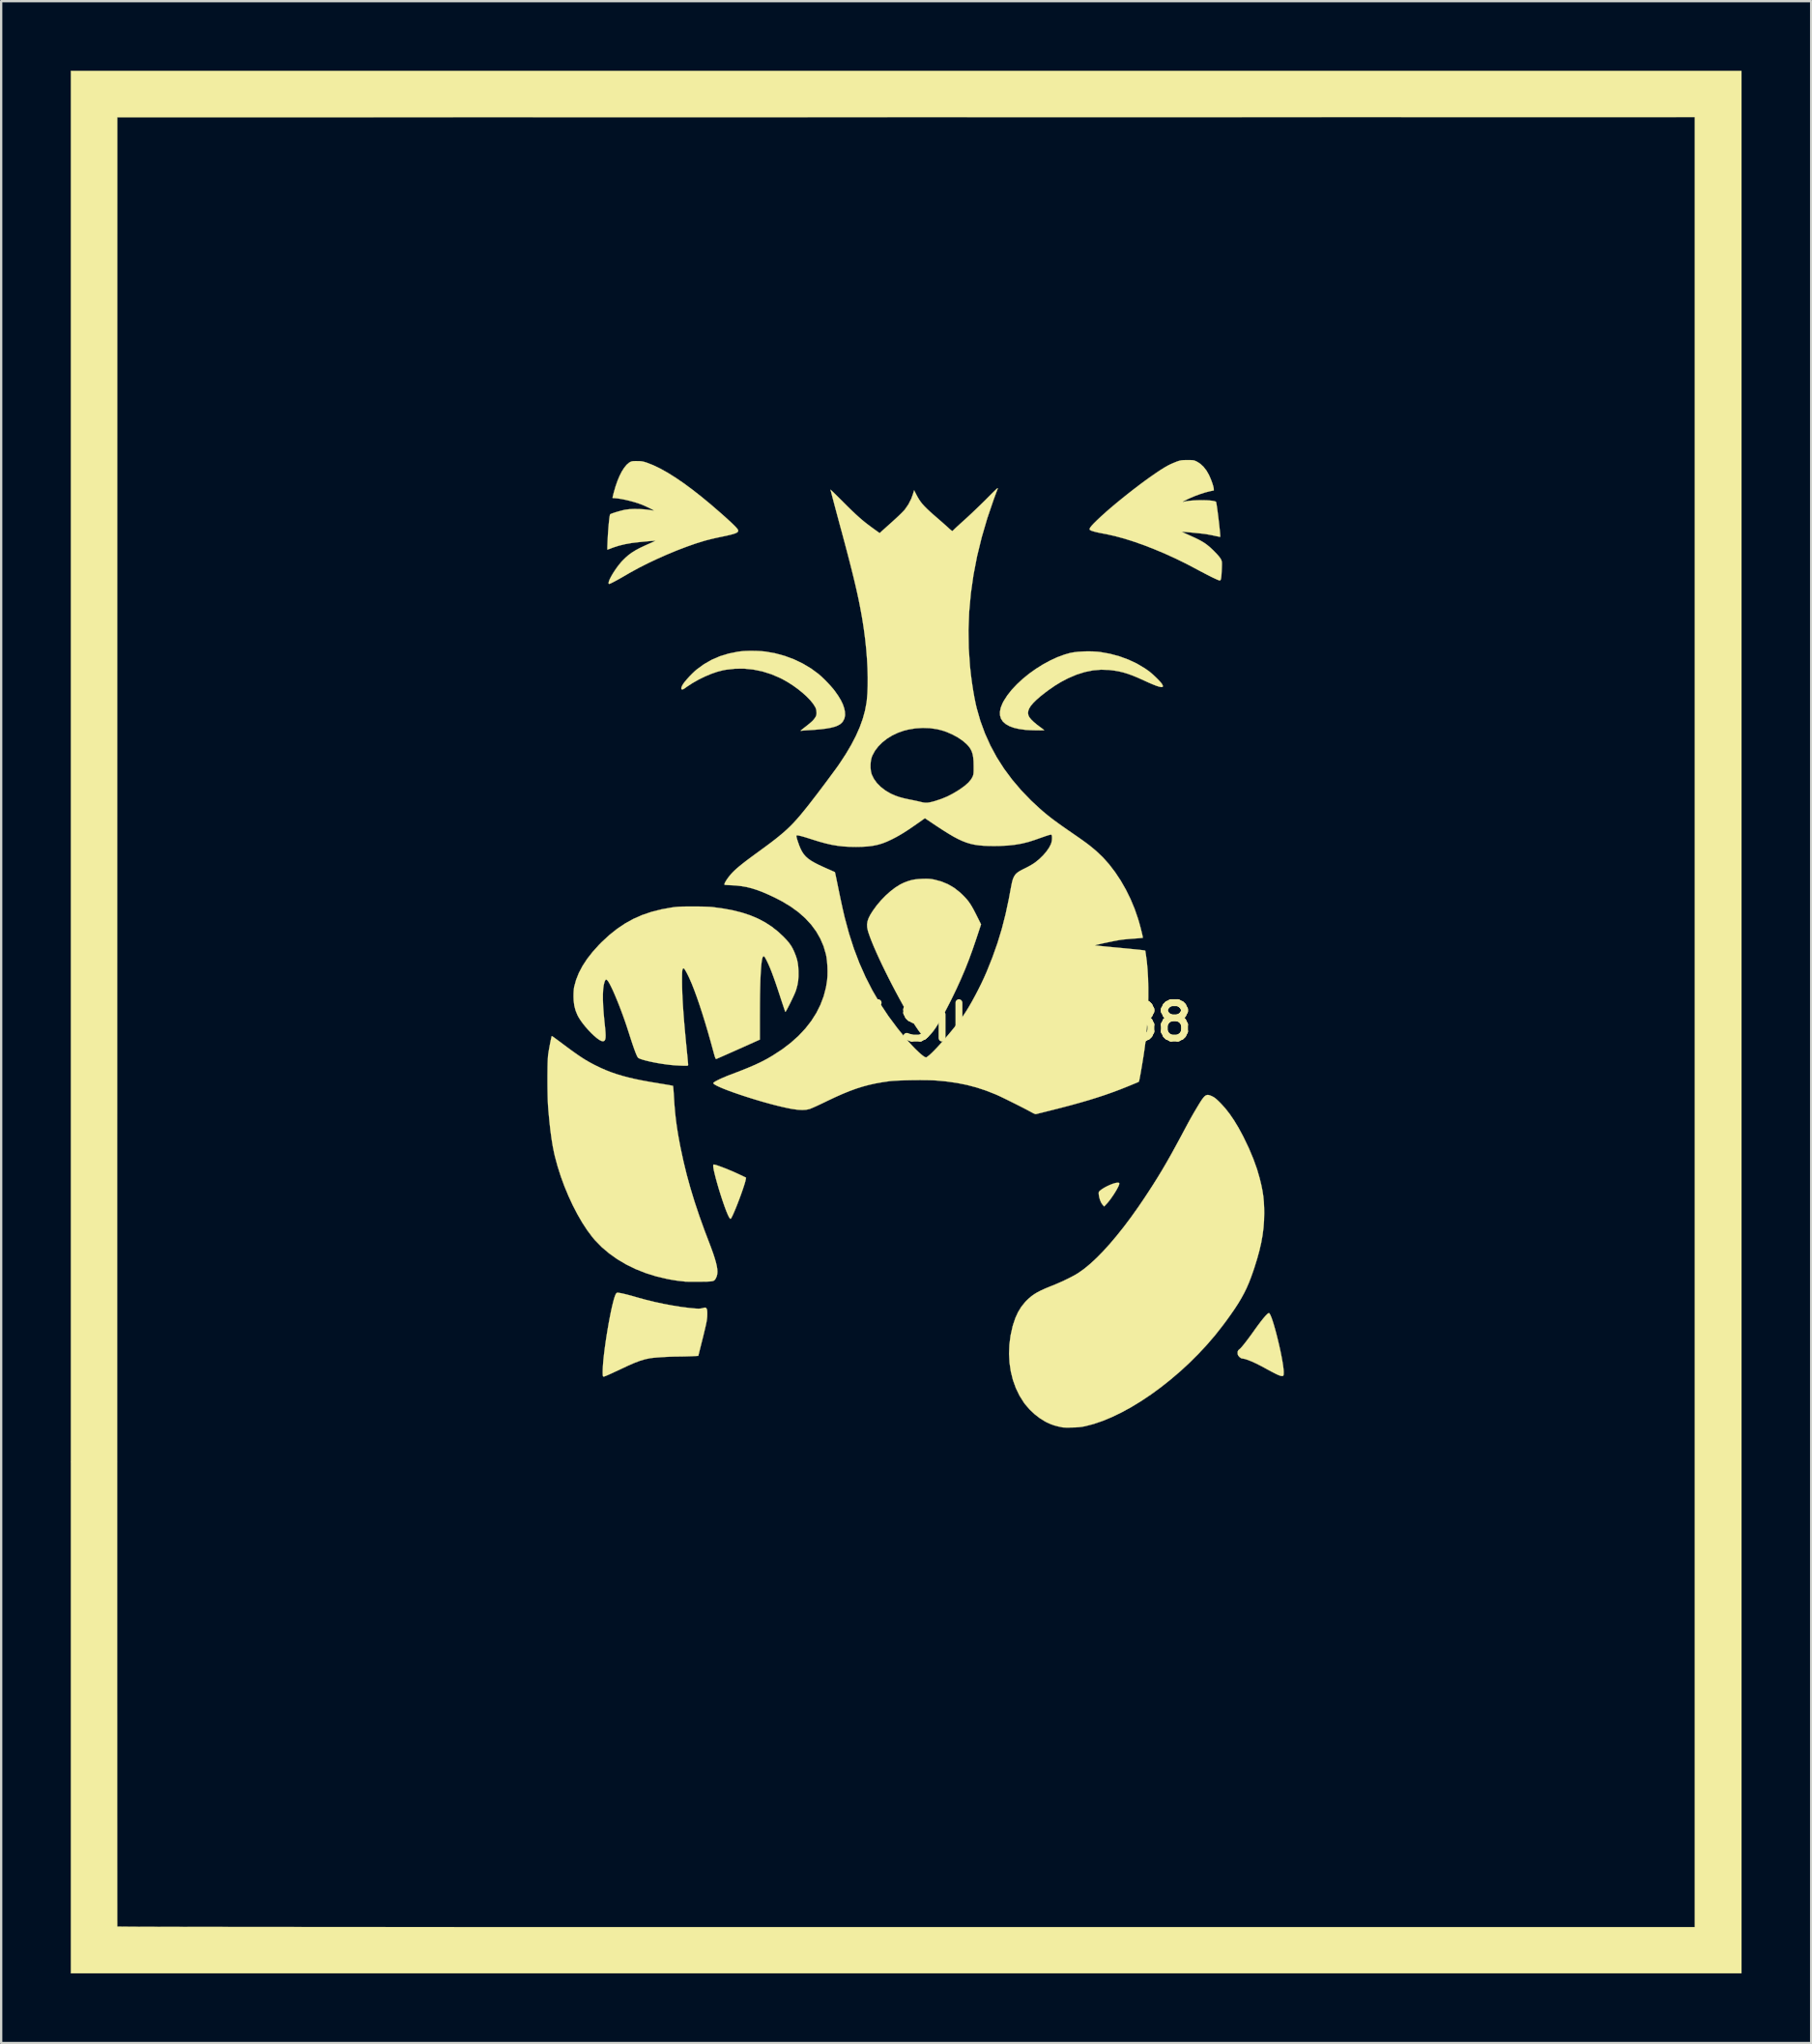
<source format=kicad_pcb>
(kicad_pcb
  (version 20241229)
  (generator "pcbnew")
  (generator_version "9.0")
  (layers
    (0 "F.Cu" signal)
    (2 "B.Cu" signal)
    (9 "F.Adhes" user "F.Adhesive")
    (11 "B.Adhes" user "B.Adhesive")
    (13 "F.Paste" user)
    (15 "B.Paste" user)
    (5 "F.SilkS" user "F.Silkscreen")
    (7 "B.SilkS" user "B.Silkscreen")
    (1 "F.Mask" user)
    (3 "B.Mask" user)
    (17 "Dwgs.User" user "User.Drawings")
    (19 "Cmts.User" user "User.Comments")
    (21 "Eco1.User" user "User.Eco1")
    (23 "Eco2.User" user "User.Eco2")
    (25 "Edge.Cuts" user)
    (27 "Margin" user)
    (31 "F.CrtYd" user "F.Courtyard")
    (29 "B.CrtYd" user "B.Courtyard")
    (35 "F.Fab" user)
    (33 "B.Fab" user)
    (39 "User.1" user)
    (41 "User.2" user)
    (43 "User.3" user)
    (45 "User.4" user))
  (footprint "F.Silk_g1088"
    (layer "F.Cu")
    (at 41.005 41.005)
    (property "Reference" "F.Silk_g1088" (at 0 0 0) (layer "F.SilkS") (effects (font (size 1.524 1.524) (thickness 0.3))))
    (attr through_hole)
    (fp_poly (pts (xy 4.164 6.925) (xy 4.187 6.941) (xy 4.191 6.969) (xy 4.178 7.022) (xy 4.144 7.101) (xy 4.091 7.2) (xy 4.026 7.312) (xy 3.951 7.431) (xy 3.87 7.55) (xy 3.789 7.662) (xy 3.711 7.761) (xy 3.659 7.82) (xy 3.54 7.947) (xy 3.477 7.88) (xy 3.418 7.797) (xy 3.367 7.684) (xy 3.328 7.558) (xy 3.309 7.448) (xy 3.303 7.377) (xy 3.307 7.333) (xy 3.326 7.3) (xy 3.36 7.266) (xy 3.443 7.201) (xy 3.551 7.134) (xy 3.675 7.069) (xy 3.803 7.011) (xy 3.926 6.964) (xy 4.034 6.933) (xy 4.112 6.922) (xy 4.164 6.925)) (stroke (width 0.01) (type solid)) (fill yes) (layer "F.SilkS"))
    (fp_poly (pts (xy -13.239 6.147) (xy -13.159 6.17) (xy -13.053 6.207) (xy -12.926 6.254) (xy -12.785 6.308) (xy -12.636 6.369) (xy -12.484 6.433) (xy -12.336 6.498) (xy -12.198 6.562) (xy -12.176 6.572) (xy -11.896 6.707) (xy -11.909 6.777) (xy -11.928 6.861) (xy -11.959 6.971) (xy -12.001 7.102) (xy -12.05 7.248) (xy -12.105 7.406) (xy -12.165 7.569) (xy -12.227 7.733) (xy -12.289 7.893) (xy -12.35 8.044) (xy -12.407 8.18) (xy -12.459 8.297) (xy -12.503 8.389) (xy -12.538 8.453) (xy -12.561 8.481) (xy -12.564 8.482) (xy -12.587 8.469) (xy -12.618 8.43) (xy -12.631 8.409) (xy -12.679 8.312) (xy -12.735 8.18) (xy -12.797 8.018) (xy -12.864 7.832) (xy -12.933 7.628) (xy -13.003 7.411) (xy -13.072 7.188) (xy -13.137 6.963) (xy -13.198 6.744) (xy -13.249 6.541) (xy -13.284 6.391) (xy -13.305 6.279) (xy -13.312 6.201) (xy -13.307 6.155) (xy -13.288 6.138) (xy -13.286 6.138) (xy -13.239 6.147)) (stroke (width 0.01) (type solid)) (fill yes) (layer "F.SilkS"))
    (fp_poly (pts (xy 10.65 12.543) (xy 10.68 12.58) (xy 10.717 12.654) (xy 10.76 12.761) (xy 10.806 12.896) (xy 10.855 13.054) (xy 10.906 13.232) (xy 10.958 13.424) (xy 11.009 13.626) (xy 11.059 13.833) (xy 11.107 14.042) (xy 11.151 14.246) (xy 11.19 14.443) (xy 11.223 14.627) (xy 11.25 14.794) (xy 11.268 14.94) (xy 11.278 15.059) (xy 11.278 15.135) (xy 11.273 15.201) (xy 11.263 15.237) (xy 11.242 15.252) (xy 11.208 15.257) (xy 11.147 15.249) (xy 11.055 15.216) (xy 10.954 15.17) (xy 10.864 15.124) (xy 10.75 15.065) (xy 10.626 14.999) (xy 10.503 14.932) (xy 10.472 14.914) (xy 10.261 14.802) (xy 10.066 14.704) (xy 9.888 14.624) (xy 9.733 14.562) (xy 9.603 14.52) (xy 9.503 14.501) (xy 9.476 14.499) (xy 9.438 14.485) (xy 9.388 14.449) (xy 9.364 14.427) (xy 9.318 14.373) (xy 9.297 14.322) (xy 9.292 14.26) (xy 9.296 14.198) (xy 9.314 14.156) (xy 9.354 14.115) (xy 9.375 14.098) (xy 9.428 14.048) (xy 9.501 13.965) (xy 9.594 13.85) (xy 9.706 13.705) (xy 9.834 13.533) (xy 9.977 13.336) (xy 10.022 13.271) (xy 10.164 13.075) (xy 10.29 12.908) (xy 10.4 12.77) (xy 10.492 12.663) (xy 10.564 12.589) (xy 10.617 12.549) (xy 10.649 12.543) (xy 10.65 12.543)) (stroke (width 0.01) (type solid)) (fill yes) (layer "F.SilkS"))
    (fp_poly (pts (xy -4.051 -6.177) (xy -3.959 -6.17) (xy -3.868 -6.158) (xy -3.775 -6.14) (xy -3.474 -6.059) (xy -3.193 -5.942) (xy -2.931 -5.789) (xy -2.684 -5.597) (xy -2.561 -5.482) (xy -2.462 -5.381) (xy -2.377 -5.287) (xy -2.301 -5.192) (xy -2.23 -5.089) (xy -2.158 -4.972) (xy -2.081 -4.833) (xy -1.994 -4.665) (xy -1.954 -4.585) (xy -1.768 -4.212) (xy -1.976 -3.582) (xy -2.134 -3.121) (xy -2.292 -2.688) (xy -2.456 -2.272) (xy -2.631 -1.862) (xy -2.82 -1.446) (xy -3.029 -1.013) (xy -3.123 -0.826) (xy -3.26 -0.56) (xy -3.391 -0.315) (xy -3.514 -0.096) (xy -3.627 0.094) (xy -3.729 0.253) (xy -3.816 0.375) (xy -3.9 0.479) (xy -3.979 0.568) (xy -4.05 0.638) (xy -4.106 0.683) (xy -4.142 0.699) (xy -4.174 0.684) (xy -4.223 0.645) (xy -4.281 0.591) (xy -4.289 0.582) (xy -4.376 0.48) (xy -4.477 0.342) (xy -4.592 0.173) (xy -4.718 -0.024) (xy -4.852 -0.246) (xy -4.994 -0.488) (xy -5.141 -0.747) (xy -5.291 -1.02) (xy -5.443 -1.302) (xy -5.594 -1.59) (xy -5.743 -1.881) (xy -5.887 -2.17) (xy -6.026 -2.455) (xy -6.156 -2.73) (xy -6.276 -2.994) (xy -6.385 -3.242) (xy -6.479 -3.47) (xy -6.558 -3.675) (xy -6.62 -3.853) (xy -6.648 -3.947) (xy -6.676 -4.085) (xy -6.681 -4.216) (xy -6.661 -4.346) (xy -6.614 -4.482) (xy -6.538 -4.631) (xy -6.434 -4.796) (xy -6.265 -5.029) (xy -6.078 -5.25) (xy -5.878 -5.456) (xy -5.671 -5.641) (xy -5.463 -5.8) (xy -5.259 -5.928) (xy -5.093 -6.009) (xy -4.928 -6.072) (xy -4.777 -6.118) (xy -4.625 -6.148) (xy -4.457 -6.166) (xy -4.297 -6.175) (xy -4.16 -6.178) (xy -4.051 -6.177)) (stroke (width 0.01) (type solid)) (fill yes) (layer "F.SilkS"))
    (fp_poly (pts (xy -17.372 11.67) (xy -17.272 11.688) (xy -17.143 11.717) (xy -16.991 11.755) (xy -16.822 11.8) (xy -16.642 11.852) (xy -16.61 11.861) (xy -16.243 11.963) (xy -15.858 12.058) (xy -15.463 12.143) (xy -15.069 12.217) (xy -14.688 12.278) (xy -14.328 12.323) (xy -14.161 12.339) (xy -14.041 12.349) (xy -13.952 12.352) (xy -13.882 12.35) (xy -13.821 12.341) (xy -13.769 12.329) (xy -13.699 12.311) (xy -13.657 12.306) (xy -13.632 12.313) (xy -13.61 12.335) (xy -13.605 12.341) (xy -13.585 12.378) (xy -13.573 12.431) (xy -13.568 12.513) (xy -13.568 12.559) (xy -13.569 12.633) (xy -13.572 12.704) (xy -13.579 12.777) (xy -13.59 12.857) (xy -13.606 12.949) (xy -13.629 13.058) (xy -13.659 13.189) (xy -13.697 13.348) (xy -13.743 13.539) (xy -13.783 13.697) (xy -13.956 14.387) (xy -14.241 14.401) (xy -14.382 14.406) (xy -14.542 14.411) (xy -14.698 14.414) (xy -14.804 14.415) (xy -14.978 14.417) (xy -15.168 14.423) (xy -15.362 14.432) (xy -15.553 14.443) (xy -15.732 14.456) (xy -15.889 14.47) (xy -16.015 14.485) (xy -16.044 14.49) (xy -16.25 14.533) (xy -16.473 14.6) (xy -16.718 14.693) (xy -16.989 14.812) (xy -17.004 14.819) (xy -17.228 14.925) (xy -17.418 15.013) (xy -17.575 15.086) (xy -17.703 15.146) (xy -17.805 15.192) (xy -17.885 15.227) (xy -17.945 15.252) (xy -17.988 15.268) (xy -18.018 15.277) (xy -18.038 15.279) (xy -18.051 15.277) (xy -18.059 15.271) (xy -18.061 15.269) (xy -18.07 15.238) (xy -18.075 15.172) (xy -18.076 15.076) (xy -18.073 14.958) (xy -18.066 14.824) (xy -18.056 14.68) (xy -18.043 14.536) (xy -18.016 14.288) (xy -17.983 14.029) (xy -17.946 13.763) (xy -17.905 13.494) (xy -17.861 13.228) (xy -17.816 12.968) (xy -17.769 12.72) (xy -17.723 12.489) (xy -17.677 12.278) (xy -17.632 12.093) (xy -17.591 11.938) (xy -17.552 11.817) (xy -17.531 11.763) (xy -17.498 11.7) (xy -17.468 11.67) (xy -17.437 11.663) (xy -17.372 11.67)) (stroke (width 0.01) (type solid)) (fill yes) (layer "F.SilkS"))
    (fp_poly (pts (xy 3.048 -15.976) (xy 3.246 -15.964) (xy 3.376 -15.95) (xy 3.796 -15.874) (xy 4.201 -15.764) (xy 4.588 -15.622) (xy 4.952 -15.451) (xy 5.289 -15.251) (xy 5.472 -15.123) (xy 5.56 -15.051) (xy 5.659 -14.964) (xy 5.762 -14.868) (xy 5.859 -14.772) (xy 5.943 -14.683) (xy 6.006 -14.608) (xy 6.027 -14.579) (xy 6.063 -14.514) (xy 6.071 -14.469) (xy 6.049 -14.444) (xy 5.998 -14.44) (xy 5.914 -14.456) (xy 5.799 -14.492) (xy 5.65 -14.55) (xy 5.466 -14.628) (xy 5.256 -14.724) (xy 4.999 -14.84) (xy 4.77 -14.935) (xy 4.561 -15.011) (xy 4.364 -15.071) (xy 4.172 -15.117) (xy 3.977 -15.151) (xy 3.772 -15.176) (xy 3.746 -15.179) (xy 3.403 -15.19) (xy 3.057 -15.16) (xy 2.706 -15.089) (xy 2.351 -14.977) (xy 1.99 -14.823) (xy 1.958 -14.807) (xy 1.682 -14.662) (xy 1.414 -14.499) (xy 1.141 -14.31) (xy 1.001 -14.206) (xy 0.791 -14.04) (xy 0.619 -13.89) (xy 0.482 -13.755) (xy 0.378 -13.631) (xy 0.308 -13.518) (xy 0.268 -13.413) (xy 0.257 -13.314) (xy 0.275 -13.22) (xy 0.317 -13.138) (xy 0.395 -13.042) (xy 0.505 -12.935) (xy 0.643 -12.819) (xy 0.732 -12.752) (xy 0.814 -12.692) (xy 0.883 -12.64) (xy 0.931 -12.602) (xy 0.952 -12.583) (xy 0.953 -12.582) (xy 0.933 -12.578) (xy 0.878 -12.576) (xy 0.797 -12.575) (xy 0.696 -12.576) (xy 0.583 -12.577) (xy 0.466 -12.58) (xy 0.353 -12.584) (xy 0.251 -12.589) (xy 0.168 -12.594) (xy 0.148 -12.596) (xy -0.121 -12.632) (xy -0.354 -12.686) (xy -0.549 -12.758) (xy -0.706 -12.848) (xy -0.826 -12.954) (xy -0.907 -13.078) (xy -0.949 -13.219) (xy -0.953 -13.375) (xy -0.919 -13.548) (xy -0.845 -13.736) (xy -0.792 -13.837) (xy -0.637 -14.08) (xy -0.445 -14.323) (xy -0.22 -14.562) (xy 0.031 -14.795) (xy 0.304 -15.017) (xy 0.594 -15.224) (xy 0.897 -15.414) (xy 1.206 -15.582) (xy 1.517 -15.726) (xy 1.825 -15.84) (xy 2.074 -15.911) (xy 2.23 -15.939) (xy 2.416 -15.961) (xy 2.621 -15.974) (xy 2.836 -15.98) (xy 3.048 -15.976)) (stroke (width 0.01) (type solid)) (fill yes) (layer "F.SilkS"))
    (fp_poly (pts (xy -11.419 -15.997) (xy -11.234 -15.987) (xy -11.073 -15.972) (xy -11.055 -15.97) (xy -10.637 -15.895) (xy -10.227 -15.783) (xy -9.83 -15.635) (xy -9.45 -15.453) (xy -9.093 -15.24) (xy -8.784 -15.013) (xy -8.661 -14.906) (xy -8.524 -14.777) (xy -8.384 -14.634) (xy -8.25 -14.489) (xy -8.133 -14.353) (xy -8.068 -14.269) (xy -7.922 -14.061) (xy -7.808 -13.871) (xy -7.724 -13.696) (xy -7.667 -13.528) (xy -7.638 -13.393) (xy -7.629 -13.231) (xy -7.656 -13.089) (xy -7.72 -12.963) (xy -7.771 -12.9) (xy -7.848 -12.835) (xy -7.952 -12.778) (xy -8.085 -12.728) (xy -8.249 -12.686) (xy -8.447 -12.651) (xy -8.681 -12.622) (xy -8.953 -12.598) (xy -9.176 -12.584) (xy -9.278 -12.578) (xy -9.372 -12.571) (xy -9.445 -12.565) (xy -9.477 -12.561) (xy -9.524 -12.556) (xy -9.546 -12.558) (xy -9.546 -12.558) (xy -9.531 -12.574) (xy -9.489 -12.609) (xy -9.431 -12.656) (xy -9.414 -12.669) (xy -9.282 -12.772) (xy -9.18 -12.854) (xy -9.101 -12.92) (xy -9.041 -12.975) (xy -8.995 -13.024) (xy -8.957 -13.071) (xy -8.938 -13.098) (xy -8.893 -13.167) (xy -8.87 -13.222) (xy -8.86 -13.282) (xy -8.859 -13.343) (xy -8.868 -13.448) (xy -8.896 -13.539) (xy -8.916 -13.578) (xy -9.006 -13.721) (xy -9.131 -13.875) (xy -9.285 -14.034) (xy -9.464 -14.196) (xy -9.662 -14.355) (xy -9.874 -14.508) (xy -10.095 -14.65) (xy -10.32 -14.777) (xy -10.425 -14.83) (xy -10.805 -14.993) (xy -11.192 -15.115) (xy -11.582 -15.195) (xy -11.975 -15.235) (xy -12.368 -15.232) (xy -12.761 -15.188) (xy -12.89 -15.164) (xy -13.135 -15.101) (xy -13.399 -15.01) (xy -13.671 -14.895) (xy -13.944 -14.761) (xy -14.206 -14.612) (xy -14.451 -14.452) (xy -14.535 -14.39) (xy -14.606 -14.347) (xy -14.656 -14.337) (xy -14.684 -14.357) (xy -14.687 -14.404) (xy -14.664 -14.474) (xy -14.615 -14.564) (xy -14.605 -14.578) (xy -14.535 -14.673) (xy -14.44 -14.785) (xy -14.331 -14.905) (xy -14.215 -15.023) (xy -14.103 -15.13) (xy -14.019 -15.202) (xy -13.709 -15.427) (xy -13.379 -15.616) (xy -13.027 -15.768) (xy -12.653 -15.883) (xy -12.258 -15.963) (xy -12.129 -15.98) (xy -11.982 -15.993) (xy -11.806 -16) (xy -11.614 -16.001) (xy -11.419 -15.997)) (stroke (width 0.01) (type solid)) (fill yes) (layer "F.SilkS"))
    (fp_poly (pts (xy 31.009 41) (xy -41 41) (xy -41 17.902) (xy -39.006 17.902) (xy -39.006 18.967) (xy -39.006 20.012) (xy -39.006 21.037) (xy -39.006 22.04) (xy -39.006 23.021) (xy -39.006 23.98) (xy -39.006 24.916) (xy -39.006 25.827) (xy -39.006 26.714) (xy -39.006 27.576) (xy -39.006 28.412) (xy -39.006 29.221) (xy -39.005 30.003) (xy -39.005 30.758) (xy -39.005 31.483) (xy -39.005 32.18) (xy -39.005 32.846) (xy -39.005 33.482) (xy -39.005 34.087) (xy -39.004 34.66) (xy -39.004 35.201) (xy -39.004 35.708) (xy -39.004 36.181) (xy -39.003 36.62) (xy -39.003 37.024) (xy -39.003 37.392) (xy -39.003 37.724) (xy -39.002 38.018) (xy -39.002 38.275) (xy -39.002 38.493) (xy -39.002 38.672) (xy -39.001 38.811) (xy -39.001 38.91) (xy -39.001 38.968) (xy -39 38.984) (xy -38.993 38.985) (xy -38.97 38.986) (xy -38.933 38.987) (xy -38.88 38.988) (xy -38.81 38.989) (xy -38.724 38.99) (xy -38.62 38.991) (xy -38.499 38.992) (xy -38.359 38.993) (xy -38.2 38.994) (xy -38.022 38.995) (xy -37.824 38.996) (xy -37.605 38.996) (xy -37.366 38.997) (xy -37.105 38.998) (xy -36.822 38.999) (xy -36.516 38.999) (xy -36.187 39) (xy -35.835 39.001) (xy -35.459 39.001) (xy -35.058 39.002) (xy -34.631 39.002) (xy -34.179 39.003) (xy -33.701 39.004) (xy -33.196 39.004) (xy -32.664 39.004) (xy -32.104 39.005) (xy -31.516 39.005) (xy -30.898 39.006) (xy -30.252 39.006) (xy -29.575 39.007) (xy -28.868 39.007) (xy -28.131 39.007) (xy -27.361 39.008) (xy -26.56 39.008) (xy -25.726 39.008) (xy -24.859 39.008) (xy -23.959 39.009) (xy -23.024 39.009) (xy -22.055 39.009) (xy -21.051 39.009) (xy -20.011 39.009) (xy -18.935 39.009) (xy -17.822 39.01) (xy -16.672 39.01) (xy -15.484 39.01) (xy -14.258 39.01) (xy -12.993 39.01) (xy -11.688 39.01) (xy -10.344 39.01) (xy -8.959 39.01) (xy -7.534 39.01) (xy -6.067 39.01) (xy -4.996 39.01) (xy 28.998 39.01) (xy 28.998 -39.01) (xy -5.001 -39.005) (xy -39 -39) (xy -39.005 -0.021) (xy -39.005 1.264) (xy -39.005 2.539) (xy -39.005 3.804) (xy -39.006 5.057) (xy -39.006 6.298) (xy -39.006 7.526) (xy -39.006 8.741) (xy -39.006 9.942) (xy -39.006 11.129) (xy -39.006 12.3) (xy -39.006 13.455) (xy -39.006 14.593) (xy -39.006 15.714) (xy -39.006 16.817) (xy -39.006 17.902) (xy -41 17.902) (xy -41 -41) (xy 31.009 -41) (xy 31.009 41)) (stroke (width 0.01) (type solid)) (fill yes) (layer "F.SilkS"))
    (fp_poly (pts (xy -20.252 0.61) (xy -20.205 0.642) (xy -20.134 0.693) (xy -20.043 0.759) (xy -19.937 0.838) (xy -19.863 0.893) (xy -19.637 1.062) (xy -19.44 1.207) (xy -19.265 1.333) (xy -19.11 1.441) (xy -18.968 1.535) (xy -18.836 1.619) (xy -18.707 1.695) (xy -18.579 1.766) (xy -18.445 1.837) (xy -18.375 1.872) (xy -18.153 1.979) (xy -17.931 2.076) (xy -17.704 2.164) (xy -17.469 2.245) (xy -17.219 2.32) (xy -16.952 2.391) (xy -16.661 2.458) (xy -16.342 2.522) (xy -15.991 2.586) (xy -15.603 2.651) (xy -15.557 2.658) (xy -15.417 2.681) (xy -15.291 2.702) (xy -15.185 2.721) (xy -15.105 2.736) (xy -15.057 2.746) (xy -15.046 2.75) (xy -15.041 2.774) (xy -15.034 2.833) (xy -15.026 2.923) (xy -15.018 3.035) (xy -15.01 3.163) (xy -15.008 3.196) (xy -14.985 3.55) (xy -14.957 3.882) (xy -14.922 4.203) (xy -14.878 4.525) (xy -14.825 4.858) (xy -14.76 5.214) (xy -14.72 5.419) (xy -14.596 5.996) (xy -14.456 6.572) (xy -14.296 7.153) (xy -14.116 7.744) (xy -13.913 8.352) (xy -13.686 8.983) (xy -13.517 9.426) (xy -13.411 9.705) (xy -13.322 9.95) (xy -13.252 10.162) (xy -13.198 10.347) (xy -13.16 10.506) (xy -13.138 10.643) (xy -13.131 10.761) (xy -13.139 10.864) (xy -13.16 10.954) (xy -13.195 11.035) (xy -13.21 11.061) (xy -13.233 11.097) (xy -13.259 11.125) (xy -13.291 11.147) (xy -13.336 11.163) (xy -13.397 11.174) (xy -13.481 11.181) (xy -13.593 11.186) (xy -13.736 11.188) (xy -13.917 11.189) (xy -13.917 11.189) (xy -14.069 11.19) (xy -14.21 11.19) (xy -14.333 11.189) (xy -14.432 11.188) (xy -14.501 11.186) (xy -14.531 11.184) (xy -14.58 11.178) (xy -14.658 11.169) (xy -14.751 11.159) (xy -14.796 11.154) (xy -14.894 11.141) (xy -15.019 11.121) (xy -15.155 11.098) (xy -15.287 11.073) (xy -15.303 11.07) (xy -15.774 10.959) (xy -16.226 10.817) (xy -16.657 10.646) (xy -17.064 10.447) (xy -17.446 10.221) (xy -17.799 9.97) (xy -18.122 9.696) (xy -18.41 9.4) (xy -18.527 9.261) (xy -18.745 8.969) (xy -18.96 8.64) (xy -19.168 8.28) (xy -19.367 7.895) (xy -19.554 7.491) (xy -19.727 7.074) (xy -19.883 6.648) (xy -20.019 6.221) (xy -20.134 5.798) (xy -20.17 5.644) (xy -20.228 5.355) (xy -20.282 5.024) (xy -20.332 4.655) (xy -20.376 4.249) (xy -20.417 3.807) (xy -20.43 3.641) (xy -20.438 3.512) (xy -20.444 3.355) (xy -20.449 3.174) (xy -20.453 2.975) (xy -20.456 2.765) (xy -20.457 2.551) (xy -20.457 2.337) (xy -20.455 2.129) (xy -20.453 1.935) (xy -20.449 1.76) (xy -20.443 1.61) (xy -20.436 1.491) (xy -20.43 1.418) (xy -20.418 1.339) (xy -20.402 1.239) (xy -20.382 1.126) (xy -20.36 1.008) (xy -20.338 0.891) (xy -20.316 0.785) (xy -20.297 0.696) (xy -20.281 0.632) (xy -20.271 0.601) (xy -20.27 0.6) (xy -20.252 0.61)) (stroke (width 0.01) (type solid)) (fill yes) (layer "F.SilkS"))
    (fp_poly (pts (xy 8.043 3.143) (xy 8.111 3.163) (xy 8.186 3.195) (xy 8.251 3.229) (xy 8.313 3.269) (xy 8.379 3.323) (xy 8.458 3.396) (xy 8.556 3.494) (xy 8.562 3.499) (xy 8.759 3.716) (xy 8.951 3.961) (xy 9.139 4.236) (xy 9.326 4.546) (xy 9.514 4.894) (xy 9.544 4.953) (xy 9.775 5.433) (xy 9.969 5.895) (xy 10.129 6.34) (xy 10.244 6.738) (xy 10.312 7.017) (xy 10.363 7.271) (xy 10.4 7.512) (xy 10.423 7.756) (xy 10.435 8.013) (xy 10.438 8.234) (xy 10.43 8.555) (xy 10.407 8.87) (xy 10.367 9.186) (xy 10.309 9.509) (xy 10.231 9.846) (xy 10.133 10.203) (xy 10.014 10.586) (xy 9.958 10.752) (xy 9.869 11.002) (xy 9.778 11.236) (xy 9.681 11.459) (xy 9.575 11.675) (xy 9.458 11.891) (xy 9.327 12.112) (xy 9.177 12.344) (xy 9.007 12.591) (xy 8.814 12.86) (xy 8.657 13.07) (xy 8.326 13.492) (xy 7.973 13.903) (xy 7.602 14.302) (xy 7.214 14.688) (xy 6.813 15.058) (xy 6.402 15.409) (xy 5.984 15.74) (xy 5.56 16.05) (xy 5.135 16.335) (xy 4.711 16.594) (xy 4.29 16.824) (xy 3.876 17.024) (xy 3.471 17.192) (xy 3.078 17.326) (xy 2.709 17.421) (xy 2.583 17.444) (xy 2.451 17.46) (xy 2.301 17.47) (xy 2.148 17.474) (xy 2.029 17.476) (xy 1.921 17.476) (xy 1.833 17.475) (xy 1.774 17.472) (xy 1.757 17.471) (xy 1.556 17.429) (xy 1.385 17.383) (xy 1.231 17.328) (xy 1.081 17.261) (xy 1.004 17.222) (xy 0.766 17.075) (xy 0.535 16.896) (xy 0.319 16.691) (xy 0.13 16.47) (xy 0.081 16.404) (xy -0.111 16.1) (xy -0.269 15.772) (xy -0.394 15.424) (xy -0.484 15.06) (xy -0.54 14.683) (xy -0.561 14.296) (xy -0.546 13.904) (xy -0.495 13.509) (xy -0.407 13.116) (xy -0.389 13.052) (xy -0.29 12.758) (xy -0.172 12.499) (xy -0.03 12.268) (xy 0.137 12.062) (xy 0.196 12.001) (xy 0.305 11.897) (xy 0.415 11.806) (xy 0.532 11.723) (xy 0.663 11.645) (xy 0.813 11.568) (xy 0.991 11.487) (xy 1.201 11.4) (xy 1.261 11.377) (xy 1.489 11.283) (xy 1.716 11.183) (xy 1.932 11.081) (xy 2.131 10.981) (xy 2.306 10.886) (xy 2.445 10.8) (xy 2.69 10.625) (xy 2.948 10.411) (xy 3.217 10.161) (xy 3.497 9.875) (xy 3.786 9.557) (xy 4.082 9.206) (xy 4.385 8.826) (xy 4.692 8.417) (xy 5.003 7.98) (xy 5.227 7.652) (xy 5.446 7.321) (xy 5.651 7.003) (xy 5.847 6.691) (xy 6.038 6.376) (xy 6.228 6.052) (xy 6.421 5.712) (xy 6.621 5.348) (xy 6.834 4.954) (xy 6.872 4.884) (xy 6.977 4.686) (xy 7.066 4.52) (xy 7.141 4.38) (xy 7.206 4.26) (xy 7.265 4.154) (xy 7.32 4.056) (xy 7.374 3.962) (xy 7.431 3.864) (xy 7.494 3.758) (xy 7.56 3.647) (xy 7.658 3.486) (xy 7.739 3.36) (xy 7.809 3.265) (xy 7.87 3.198) (xy 7.927 3.158) (xy 7.983 3.14) (xy 8.043 3.143)) (stroke (width 0.01) (type solid)) (fill yes) (layer "F.SilkS"))
    (fp_poly (pts (xy -16.481 -24.179) (xy -16.392 -24.171) (xy -16.31 -24.154) (xy -16.216 -24.126) (xy -16.171 -24.111) (xy -15.9 -24.005) (xy -15.606 -23.864) (xy -15.291 -23.689) (xy -14.955 -23.479) (xy -14.599 -23.237) (xy -14.224 -22.961) (xy -13.83 -22.653) (xy -13.419 -22.314) (xy -12.991 -21.943) (xy -12.954 -21.911) (xy -12.773 -21.749) (xy -12.623 -21.612) (xy -12.5 -21.499) (xy -12.404 -21.405) (xy -12.331 -21.33) (xy -12.281 -21.271) (xy -12.249 -21.227) (xy -12.236 -21.194) (xy -12.234 -21.183) (xy -12.241 -21.151) (xy -12.262 -21.122) (xy -12.301 -21.094) (xy -12.362 -21.066) (xy -12.449 -21.037) (xy -12.564 -21.006) (xy -12.712 -20.971) (xy -12.896 -20.931) (xy -13.039 -20.902) (xy -13.187 -20.87) (xy -13.348 -20.833) (xy -13.505 -20.794) (xy -13.644 -20.758) (xy -13.697 -20.743) (xy -14.068 -20.628) (xy -14.463 -20.489) (xy -14.875 -20.332) (xy -15.295 -20.158) (xy -15.713 -19.973) (xy -16.123 -19.779) (xy -16.515 -19.581) (xy -16.881 -19.381) (xy -16.997 -19.314) (xy -17.178 -19.209) (xy -17.342 -19.115) (xy -17.487 -19.035) (xy -17.607 -18.971) (xy -17.7 -18.924) (xy -17.762 -18.896) (xy -17.775 -18.892) (xy -17.81 -18.888) (xy -17.822 -18.911) (xy -17.822 -18.933) (xy -17.809 -18.998) (xy -17.773 -19.089) (xy -17.716 -19.2) (xy -17.645 -19.324) (xy -17.561 -19.455) (xy -17.47 -19.588) (xy -17.374 -19.714) (xy -17.279 -19.829) (xy -17.221 -19.892) (xy -17.092 -20.019) (xy -16.962 -20.132) (xy -16.822 -20.235) (xy -16.667 -20.332) (xy -16.489 -20.428) (xy -16.28 -20.527) (xy -16.15 -20.586) (xy -16.041 -20.634) (xy -15.945 -20.677) (xy -15.869 -20.712) (xy -15.821 -20.735) (xy -15.806 -20.743) (xy -15.82 -20.746) (xy -15.87 -20.744) (xy -15.949 -20.74) (xy -16.051 -20.732) (xy -16.169 -20.721) (xy -16.298 -20.709) (xy -16.431 -20.696) (xy -16.562 -20.682) (xy -16.683 -20.668) (xy -16.79 -20.655) (xy -16.838 -20.648) (xy -17.115 -20.599) (xy -17.377 -20.535) (xy -17.614 -20.459) (xy -17.681 -20.434) (xy -17.762 -20.402) (xy -17.827 -20.379) (xy -17.867 -20.367) (xy -17.875 -20.366) (xy -17.876 -20.388) (xy -17.876 -20.446) (xy -17.873 -20.533) (xy -17.869 -20.642) (xy -17.864 -20.768) (xy -17.863 -20.775) (xy -17.854 -20.961) (xy -17.842 -21.142) (xy -17.829 -21.315) (xy -17.815 -21.475) (xy -17.801 -21.615) (xy -17.787 -21.732) (xy -17.773 -21.82) (xy -17.76 -21.875) (xy -17.752 -21.891) (xy -17.706 -21.911) (xy -17.629 -21.939) (xy -17.531 -21.972) (xy -17.42 -22.005) (xy -17.307 -22.036) (xy -17.201 -22.063) (xy -17.113 -22.083) (xy -17.094 -22.086) (xy -16.925 -22.107) (xy -16.726 -22.116) (xy -16.511 -22.114) (xy -16.291 -22.101) (xy -16.078 -22.078) (xy -15.886 -22.046) (xy -15.871 -22.047) (xy -15.89 -22.063) (xy -15.935 -22.09) (xy -16.002 -22.126) (xy -16.085 -22.167) (xy -16.178 -22.211) (xy -16.274 -22.255) (xy -16.37 -22.296) (xy -16.403 -22.309) (xy -16.555 -22.364) (xy -16.727 -22.418) (xy -16.909 -22.467) (xy -17.093 -22.511) (xy -17.268 -22.546) (xy -17.426 -22.571) (xy -17.558 -22.584) (xy -17.598 -22.585) (xy -17.639 -22.589) (xy -17.653 -22.597) (xy -17.648 -22.621) (xy -17.635 -22.677) (xy -17.616 -22.756) (xy -17.601 -22.815) (xy -17.526 -23.078) (xy -17.442 -23.32) (xy -17.351 -23.539) (xy -17.253 -23.732) (xy -17.15 -23.893) (xy -17.046 -24.021) (xy -16.941 -24.112) (xy -16.911 -24.13) (xy -16.864 -24.154) (xy -16.818 -24.17) (xy -16.763 -24.178) (xy -16.686 -24.181) (xy -16.595 -24.181) (xy -16.481 -24.179)) (stroke (width 0.01) (type solid)) (fill yes) (layer "F.SilkS"))
    (fp_poly (pts (xy 7.318 -24.222) (xy 7.379 -24.216) (xy 7.428 -24.205) (xy 7.476 -24.186) (xy 7.534 -24.158) (xy 7.54 -24.156) (xy 7.687 -24.062) (xy 7.825 -23.932) (xy 7.95 -23.771) (xy 8.051 -23.595) (xy 8.108 -23.47) (xy 8.161 -23.34) (xy 8.206 -23.215) (xy 8.239 -23.103) (xy 8.259 -23.015) (xy 8.262 -22.984) (xy 8.266 -22.917) (xy 8.093 -22.88) (xy 7.898 -22.83) (xy 7.682 -22.761) (xy 7.458 -22.679) (xy 7.245 -22.589) (xy 7.144 -22.543) (xy 7.057 -22.5) (xy 6.988 -22.464) (xy 6.942 -22.437) (xy 6.924 -22.421) (xy 6.938 -22.42) (xy 6.953 -22.424) (xy 7.054 -22.447) (xy 7.18 -22.465) (xy 7.323 -22.479) (xy 7.478 -22.489) (xy 7.639 -22.494) (xy 7.798 -22.495) (xy 7.95 -22.491) (xy 8.087 -22.483) (xy 8.204 -22.47) (xy 8.294 -22.453) (xy 8.35 -22.432) (xy 8.36 -22.424) (xy 8.368 -22.397) (xy 8.38 -22.335) (xy 8.395 -22.242) (xy 8.412 -22.125) (xy 8.43 -21.991) (xy 8.449 -21.843) (xy 8.468 -21.689) (xy 8.486 -21.535) (xy 8.503 -21.385) (xy 8.518 -21.247) (xy 8.53 -21.125) (xy 8.538 -21.026) (xy 8.543 -20.956) (xy 8.542 -20.92) (xy 8.541 -20.916) (xy 8.519 -20.918) (xy 8.464 -20.928) (xy 8.385 -20.943) (xy 8.294 -20.963) (xy 8.176 -20.988) (xy 8.053 -21.011) (xy 7.942 -21.031) (xy 7.885 -21.04) (xy 7.818 -21.048) (xy 7.725 -21.059) (xy 7.613 -21.071) (xy 7.49 -21.083) (xy 7.362 -21.096) (xy 7.236 -21.108) (xy 7.119 -21.118) (xy 7.018 -21.127) (xy 6.941 -21.133) (xy 6.895 -21.135) (xy 6.884 -21.135) (xy 6.9 -21.125) (xy 6.95 -21.101) (xy 7.027 -21.066) (xy 7.125 -21.022) (xy 7.238 -20.971) (xy 7.249 -20.966) (xy 7.45 -20.875) (xy 7.618 -20.793) (xy 7.761 -20.714) (xy 7.887 -20.635) (xy 8.002 -20.549) (xy 8.116 -20.453) (xy 8.234 -20.342) (xy 8.267 -20.309) (xy 8.39 -20.183) (xy 8.484 -20.077) (xy 8.547 -19.993) (xy 8.571 -19.952) (xy 8.59 -19.912) (xy 8.603 -19.875) (xy 8.611 -19.833) (xy 8.614 -19.778) (xy 8.614 -19.703) (xy 8.611 -19.599) (xy 8.607 -19.508) (xy 8.6 -19.353) (xy 8.592 -19.235) (xy 8.582 -19.15) (xy 8.57 -19.092) (xy 8.555 -19.057) (xy 8.535 -19.039) (xy 8.518 -19.034) (xy 8.487 -19.042) (xy 8.425 -19.066) (xy 8.339 -19.104) (xy 8.236 -19.152) (xy 8.128 -19.205) (xy 7.993 -19.274) (xy 7.848 -19.349) (xy 7.707 -19.423) (xy 7.582 -19.489) (xy 7.525 -19.52) (xy 7.077 -19.756) (xy 6.622 -19.979) (xy 6.165 -20.187) (xy 5.71 -20.379) (xy 5.262 -20.553) (xy 4.826 -20.707) (xy 4.406 -20.84) (xy 4.008 -20.948) (xy 3.635 -21.032) (xy 3.535 -21.05) (xy 3.344 -21.087) (xy 3.185 -21.122) (xy 3.06 -21.156) (xy 2.973 -21.187) (xy 2.925 -21.215) (xy 2.921 -21.219) (xy 2.911 -21.247) (xy 2.92 -21.284) (xy 2.952 -21.336) (xy 3.007 -21.404) (xy 3.09 -21.493) (xy 3.202 -21.604) (xy 3.233 -21.635) (xy 3.411 -21.802) (xy 3.611 -21.982) (xy 3.83 -22.172) (xy 4.064 -22.369) (xy 4.308 -22.568) (xy 4.557 -22.768) (xy 4.809 -22.964) (xy 5.059 -23.155) (xy 5.303 -23.336) (xy 5.536 -23.504) (xy 5.755 -23.656) (xy 5.955 -23.79) (xy 6.132 -23.901) (xy 6.283 -23.987) (xy 6.289 -23.99) (xy 6.397 -24.044) (xy 6.522 -24.099) (xy 6.638 -24.147) (xy 6.657 -24.154) (xy 6.739 -24.183) (xy 6.807 -24.202) (xy 6.871 -24.214) (xy 6.946 -24.221) (xy 7.041 -24.224) (xy 7.123 -24.224) (xy 7.237 -24.224) (xy 7.318 -24.222)) (stroke (width 0.01) (type solid)) (fill yes) (layer "F.SilkS"))
    (fp_poly (pts (xy -13.993 -4.982) (xy -13.797 -4.979) (xy -13.621 -4.974) (xy -13.473 -4.968) (xy -13.359 -4.959) (xy -13.335 -4.957) (xy -12.879 -4.895) (xy -12.459 -4.816) (xy -12.072 -4.719) (xy -11.716 -4.601) (xy -11.386 -4.462) (xy -11.079 -4.301) (xy -10.794 -4.116) (xy -10.526 -3.906) (xy -10.287 -3.684) (xy -10.155 -3.546) (xy -10.049 -3.422) (xy -9.964 -3.304) (xy -9.892 -3.181) (xy -9.826 -3.043) (xy -9.818 -3.024) (xy -9.75 -2.854) (xy -9.701 -2.7) (xy -9.668 -2.547) (xy -9.647 -2.38) (xy -9.637 -2.201) (xy -9.636 -1.98) (xy -9.65 -1.784) (xy -9.682 -1.598) (xy -9.733 -1.408) (xy -9.75 -1.355) (xy -9.774 -1.291) (xy -9.811 -1.205) (xy -9.857 -1.103) (xy -9.91 -0.991) (xy -9.966 -0.875) (xy -10.022 -0.762) (xy -10.076 -0.657) (xy -10.124 -0.566) (xy -10.163 -0.495) (xy -10.191 -0.451) (xy -10.204 -0.44) (xy -10.213 -0.463) (xy -10.234 -0.522) (xy -10.265 -0.611) (xy -10.303 -0.726) (xy -10.349 -0.862) (xy -10.399 -1.014) (xy -10.434 -1.122) (xy -10.537 -1.434) (xy -10.63 -1.709) (xy -10.715 -1.948) (xy -10.792 -2.156) (xy -10.863 -2.334) (xy -10.929 -2.486) (xy -10.979 -2.593) (xy -11.03 -2.694) (xy -11.068 -2.763) (xy -11.095 -2.806) (xy -11.117 -2.828) (xy -11.138 -2.836) (xy -11.146 -2.836) (xy -11.172 -2.815) (xy -11.195 -2.753) (xy -11.217 -2.649) (xy -11.236 -2.504) (xy -11.252 -2.319) (xy -11.267 -2.095) (xy -11.279 -1.832) (xy -11.288 -1.53) (xy -11.296 -1.191) (xy -11.3 -0.814) (xy -11.302 -0.4) (xy -11.303 -0.273) (xy -11.303 0.755) (xy -12.229 1.17) (xy -12.415 1.253) (xy -12.59 1.331) (xy -12.75 1.402) (xy -12.891 1.464) (xy -13.009 1.516) (xy -13.1 1.555) (xy -13.16 1.581) (xy -13.185 1.591) (xy -13.185 1.591) (xy -13.202 1.582) (xy -13.221 1.546) (xy -13.246 1.477) (xy -13.276 1.373) (xy -13.287 1.333) (xy -13.412 0.875) (xy -13.537 0.436) (xy -13.661 0.019) (xy -13.783 -0.374) (xy -13.902 -0.739) (xy -14.018 -1.075) (xy -14.129 -1.378) (xy -14.234 -1.646) (xy -14.334 -1.876) (xy -14.382 -1.979) (xy -14.433 -2.081) (xy -14.481 -2.172) (xy -14.523 -2.243) (xy -14.552 -2.286) (xy -14.558 -2.293) (xy -14.591 -2.319) (xy -14.611 -2.312) (xy -14.63 -2.282) (xy -14.639 -2.255) (xy -14.647 -2.207) (xy -14.652 -2.133) (xy -14.655 -2.031) (xy -14.656 -1.895) (xy -14.656 -1.736) (xy -14.653 -1.496) (xy -14.645 -1.242) (xy -14.633 -0.971) (xy -14.616 -0.679) (xy -14.594 -0.363) (xy -14.567 -0.019) (xy -14.534 0.357) (xy -14.496 0.768) (xy -14.457 1.167) (xy -14.441 1.327) (xy -14.426 1.475) (xy -14.414 1.606) (xy -14.404 1.713) (xy -14.397 1.791) (xy -14.394 1.834) (xy -14.393 1.839) (xy -14.396 1.861) (xy -14.41 1.874) (xy -14.443 1.88) (xy -14.504 1.882) (xy -14.568 1.881) (xy -14.668 1.878) (xy -14.79 1.872) (xy -14.915 1.866) (xy -14.975 1.862) (xy -15.147 1.847) (xy -15.33 1.825) (xy -15.519 1.798) (xy -15.708 1.767) (xy -15.892 1.732) (xy -16.066 1.695) (xy -16.222 1.657) (xy -16.355 1.62) (xy -16.461 1.584) (xy -16.532 1.551) (xy -16.55 1.539) (xy -16.578 1.499) (xy -16.617 1.42) (xy -16.666 1.301) (xy -16.725 1.142) (xy -16.794 0.942) (xy -16.873 0.702) (xy -16.963 0.421) (xy -16.966 0.413) (xy -17.042 0.179) (xy -17.123 -0.059) (xy -17.208 -0.297) (xy -17.295 -0.531) (xy -17.382 -0.757) (xy -17.469 -0.972) (xy -17.552 -1.171) (xy -17.631 -1.351) (xy -17.705 -1.507) (xy -17.77 -1.636) (xy -17.826 -1.734) (xy -17.872 -1.796) (xy -17.882 -1.807) (xy -17.919 -1.832) (xy -17.948 -1.827) (xy -17.974 -1.789) (xy -18.001 -1.72) (xy -18.034 -1.587) (xy -18.056 -1.414) (xy -18.067 -1.204) (xy -18.067 -0.956) (xy -18.056 -0.672) (xy -18.033 -0.355) (xy -18 -0.004) (xy -17.991 0.072) (xy -17.97 0.274) (xy -17.957 0.438) (xy -17.951 0.567) (xy -17.954 0.666) (xy -17.965 0.737) (xy -17.986 0.785) (xy -18.016 0.813) (xy -18.056 0.825) (xy -18.074 0.826) (xy -18.143 0.809) (xy -18.231 0.761) (xy -18.333 0.687) (xy -18.447 0.591) (xy -18.566 0.478) (xy -18.687 0.352) (xy -18.806 0.218) (xy -18.918 0.08) (xy -19.019 -0.058) (xy -19.105 -0.191) (xy -19.165 -0.302) (xy -19.246 -0.501) (xy -19.3 -0.708) (xy -19.328 -0.932) (xy -19.334 -1.111) (xy -19.332 -1.229) (xy -19.326 -1.345) (xy -19.317 -1.444) (xy -19.307 -1.513) (xy -19.224 -1.817) (xy -19.104 -2.119) (xy -18.946 -2.419) (xy -18.75 -2.719) (xy -18.514 -3.021) (xy -18.238 -3.327) (xy -18.124 -3.443) (xy -17.793 -3.75) (xy -17.457 -4.018) (xy -17.112 -4.25) (xy -16.754 -4.448) (xy -16.377 -4.614) (xy -15.978 -4.75) (xy -15.552 -4.858) (xy -15.134 -4.934) (xy -15.035 -4.949) (xy -14.943 -4.96) (xy -14.85 -4.969) (xy -14.748 -4.975) (xy -14.631 -4.979) (xy -14.49 -4.981) (xy -14.319 -4.983) (xy -14.203 -4.983) (xy -13.993 -4.982)) (stroke (width 0.01) (type solid)) (fill yes) (layer "F.SilkS"))
    (fp_poly (pts (xy -1.047 -23.003) (xy -1.053 -22.983) (xy -1.062 -22.959) (xy -1.084 -22.9) (xy -1.118 -22.812) (xy -1.158 -22.704) (xy -1.201 -22.586) (xy -1.221 -22.532) (xy -1.502 -21.708) (xy -1.741 -20.89) (xy -1.939 -20.079) (xy -2.094 -19.274) (xy -2.208 -18.475) (xy -2.28 -17.683) (xy -2.31 -16.896) (xy -2.298 -16.116) (xy -2.245 -15.341) (xy -2.242 -15.314) (xy -2.205 -14.977) (xy -2.161 -14.641) (xy -2.111 -14.314) (xy -2.057 -14.005) (xy -2 -13.723) (xy -1.956 -13.536) (xy -1.797 -12.98) (xy -1.599 -12.441) (xy -1.364 -11.92) (xy -1.091 -11.414) (xy -0.779 -10.925) (xy -0.428 -10.452) (xy -0.038 -9.993) (xy 0.391 -9.548) (xy 0.741 -9.223) (xy 0.869 -9.11) (xy 0.993 -9.005) (xy 1.117 -8.903) (xy 1.247 -8.801) (xy 1.387 -8.695) (xy 1.543 -8.581) (xy 1.719 -8.455) (xy 1.921 -8.313) (xy 2.127 -8.171) (xy 2.314 -8.042) (xy 2.471 -7.933) (xy 2.603 -7.84) (xy 2.715 -7.759) (xy 2.813 -7.687) (xy 2.9 -7.62) (xy 2.984 -7.553) (xy 3.067 -7.484) (xy 3.156 -7.409) (xy 3.203 -7.369) (xy 3.484 -7.103) (xy 3.754 -6.8) (xy 4.011 -6.464) (xy 4.252 -6.1) (xy 4.474 -5.712) (xy 4.675 -5.305) (xy 4.851 -4.884) (xy 5 -4.452) (xy 5.013 -4.408) (xy 5.048 -4.291) (xy 5.082 -4.165) (xy 5.116 -4.039) (xy 5.146 -3.919) (xy 5.172 -3.812) (xy 5.192 -3.724) (xy 5.203 -3.662) (xy 5.205 -3.633) (xy 5.205 -3.632) (xy 5.182 -3.629) (xy 5.124 -3.623) (xy 5.038 -3.615) (xy 4.931 -3.607) (xy 4.837 -3.6) (xy 4.696 -3.59) (xy 4.55 -3.577) (xy 4.412 -3.564) (xy 4.296 -3.551) (xy 4.255 -3.545) (xy 4.181 -3.534) (xy 4.084 -3.516) (xy 3.968 -3.494) (xy 3.841 -3.468) (xy 3.708 -3.441) (xy 3.575 -3.413) (xy 3.45 -3.386) (xy 3.338 -3.36) (xy 3.245 -3.339) (xy 3.179 -3.321) (xy 3.144 -3.31) (xy 3.141 -3.308) (xy 3.163 -3.304) (xy 3.223 -3.297) (xy 3.317 -3.287) (xy 3.44 -3.274) (xy 3.59 -3.259) (xy 3.76 -3.242) (xy 3.948 -3.224) (xy 4.141 -3.206) (xy 4.394 -3.182) (xy 4.608 -3.161) (xy 4.786 -3.144) (xy 4.932 -3.129) (xy 5.049 -3.117) (xy 5.139 -3.107) (xy 5.206 -3.099) (xy 5.254 -3.092) (xy 5.285 -3.086) (xy 5.304 -3.081) (xy 5.312 -3.076) (xy 5.313 -3.072) (xy 5.316 -3.046) (xy 5.325 -2.99) (xy 5.334 -2.932) (xy 5.377 -2.62) (xy 5.409 -2.273) (xy 5.431 -1.896) (xy 5.442 -1.495) (xy 5.442 -1.075) (xy 5.432 -0.642) (xy 5.412 -0.202) (xy 5.38 0.24) (xy 5.339 0.678) (xy 5.312 0.91) (xy 5.295 1.039) (xy 5.275 1.187) (xy 5.251 1.348) (xy 5.225 1.518) (xy 5.197 1.691) (xy 5.169 1.862) (xy 5.141 2.026) (xy 5.115 2.178) (xy 5.091 2.312) (xy 5.069 2.424) (xy 5.052 2.508) (xy 5.039 2.559) (xy 5.033 2.571) (xy 5.008 2.584) (xy 4.95 2.61) (xy 4.865 2.645) (xy 4.761 2.688) (xy 4.645 2.736) (xy 4.522 2.786) (xy 4.399 2.835) (xy 4.284 2.881) (xy 4.184 2.92) (xy 3.871 3.036) (xy 3.55 3.149) (xy 3.216 3.258) (xy 2.864 3.367) (xy 2.488 3.476) (xy 2.084 3.588) (xy 1.646 3.703) (xy 1.355 3.777) (xy 1.184 3.82) (xy 1.027 3.859) (xy 0.886 3.895) (xy 0.767 3.924) (xy 0.675 3.947) (xy 0.615 3.962) (xy 0.593 3.968) (xy 0.56 3.961) (xy 0.503 3.937) (xy 0.431 3.901) (xy 0.413 3.89) (xy 0.317 3.838) (xy 0.193 3.772) (xy 0.045 3.695) (xy -0.118 3.612) (xy -0.29 3.525) (xy -0.465 3.438) (xy -0.636 3.353) (xy -0.796 3.275) (xy -0.938 3.207) (xy -1.056 3.153) (xy -1.139 3.116) (xy -1.555 2.952) (xy -1.966 2.817) (xy -2.382 2.707) (xy -2.81 2.622) (xy -3.26 2.558) (xy -3.698 2.517) (xy -3.834 2.51) (xy -4 2.505) (xy -4.189 2.502) (xy -4.395 2.501) (xy -4.609 2.502) (xy -4.826 2.505) (xy -5.037 2.51) (xy -5.236 2.516) (xy -5.416 2.524) (xy -5.569 2.533) (xy -5.69 2.544) (xy -5.715 2.547) (xy -6.024 2.592) (xy -6.316 2.644) (xy -6.596 2.706) (xy -6.871 2.78) (xy -7.149 2.868) (xy -7.434 2.972) (xy -7.733 3.094) (xy -8.053 3.236) (xy -8.4 3.4) (xy -8.465 3.432) (xy -8.615 3.504) (xy -8.759 3.572) (xy -8.891 3.633) (xy -9.006 3.684) (xy -9.096 3.722) (xy -9.155 3.745) (xy -9.16 3.747) (xy -9.305 3.778) (xy -9.473 3.788) (xy -9.67 3.778) (xy -9.899 3.746) (xy -9.963 3.735) (xy -10.155 3.696) (xy -10.365 3.649) (xy -10.588 3.595) (xy -10.822 3.534) (xy -11.062 3.468) (xy -11.307 3.398) (xy -11.552 3.324) (xy -11.794 3.249) (xy -12.029 3.173) (xy -12.255 3.097) (xy -12.468 3.023) (xy -12.664 2.951) (xy -12.841 2.883) (xy -12.994 2.819) (xy -13.121 2.761) (xy -13.218 2.711) (xy -13.282 2.668) (xy -13.309 2.635) (xy -13.309 2.627) (xy -13.287 2.601) (xy -13.23 2.563) (xy -13.144 2.516) (xy -13.034 2.461) (xy -12.905 2.403) (xy -12.762 2.342) (xy -12.611 2.282) (xy -12.571 2.267) (xy -12.279 2.156) (xy -12.023 2.056) (xy -11.797 1.964) (xy -11.595 1.878) (xy -11.413 1.796) (xy -11.245 1.716) (xy -11.086 1.634) (xy -10.932 1.549) (xy -10.776 1.458) (xy -10.735 1.433) (xy -10.331 1.169) (xy -9.964 0.888) (xy -9.633 0.591) (xy -9.34 0.278) (xy -9.084 -0.05) (xy -8.867 -0.392) (xy -8.689 -0.748) (xy -8.55 -1.116) (xy -8.451 -1.495) (xy -8.401 -1.807) (xy -8.387 -1.99) (xy -8.384 -2.194) (xy -8.39 -2.406) (xy -8.406 -2.614) (xy -8.43 -2.803) (xy -8.454 -2.926) (xy -8.555 -3.271) (xy -8.696 -3.599) (xy -8.874 -3.91) (xy -9.092 -4.204) (xy -9.348 -4.481) (xy -9.642 -4.74) (xy -9.975 -4.981) (xy -10.346 -5.205) (xy -10.615 -5.345) (xy -10.908 -5.484) (xy -11.173 -5.599) (xy -11.418 -5.692) (xy -11.648 -5.765) (xy -11.871 -5.821) (xy -12.094 -5.86) (xy -12.321 -5.886) (xy -12.509 -5.897) (xy -12.617 -5.902) (xy -12.71 -5.907) (xy -12.78 -5.912) (xy -12.819 -5.917) (xy -12.822 -5.917) (xy -12.831 -5.94) (xy -12.816 -5.989) (xy -12.78 -6.06) (xy -12.725 -6.147) (xy -12.655 -6.244) (xy -12.62 -6.289) (xy -12.554 -6.369) (xy -12.482 -6.448) (xy -12.401 -6.528) (xy -12.308 -6.614) (xy -12.2 -6.707) (xy -12.072 -6.81) (xy -11.923 -6.927) (xy -11.747 -7.059) (xy -11.543 -7.21) (xy -11.345 -7.354) (xy -11.08 -7.548) (xy -10.846 -7.722) (xy -10.639 -7.881) (xy -10.454 -8.029) (xy -10.451 -8.032) (xy -9.729 -8.032) (xy -9.727 -8.002) (xy -9.713 -7.941) (xy -9.69 -7.859) (xy -9.665 -7.783) (xy -9.606 -7.615) (xy -9.546 -7.47) (xy -9.481 -7.345) (xy -9.407 -7.234) (xy -9.32 -7.135) (xy -9.216 -7.043) (xy -9.091 -6.955) (xy -8.94 -6.868) (xy -8.76 -6.776) (xy -8.546 -6.677) (xy -8.403 -6.613) (xy -8.295 -6.566) (xy -8.2 -6.524) (xy -8.127 -6.491) (xy -8.08 -6.47) (xy -8.068 -6.464) (xy -8.062 -6.443) (xy -8.049 -6.385) (xy -8.029 -6.294) (xy -8.004 -6.176) (xy -7.975 -6.035) (xy -7.942 -5.875) (xy -7.907 -5.702) (xy -7.905 -5.693) (xy -7.864 -5.495) (xy -7.821 -5.29) (xy -7.777 -5.087) (xy -7.735 -4.893) (xy -7.695 -4.719) (xy -7.661 -4.572) (xy -7.644 -4.501) (xy -7.459 -3.817) (xy -7.249 -3.165) (xy -7.012 -2.542) (xy -6.747 -1.944) (xy -6.453 -1.368) (xy -6.126 -0.809) (xy -5.766 -0.265) (xy -5.37 0.267) (xy -5.007 0.712) (xy -4.869 0.87) (xy -4.732 1.019) (xy -4.602 1.154) (xy -4.479 1.273) (xy -4.369 1.373) (xy -4.275 1.45) (xy -4.199 1.501) (xy -4.146 1.523) (xy -4.139 1.524) (xy -4.112 1.511) (xy -4.064 1.477) (xy -4.002 1.429) (xy -3.989 1.418) (xy -3.893 1.33) (xy -3.776 1.213) (xy -3.642 1.072) (xy -3.497 0.912) (xy -3.344 0.738) (xy -3.187 0.554) (xy -3.031 0.367) (xy -2.88 0.18) (xy -2.739 -0.001) (xy -2.611 -0.171) (xy -2.536 -0.275) (xy -2.421 -0.448) (xy -2.294 -0.654) (xy -2.161 -0.885) (xy -2.025 -1.134) (xy -1.89 -1.393) (xy -1.759 -1.656) (xy -1.637 -1.916) (xy -1.528 -2.164) (xy -1.525 -2.17) (xy -1.277 -2.79) (xy -1.06 -3.403) (xy -0.872 -4.019) (xy -0.711 -4.649) (xy -0.571 -5.304) (xy -0.54 -5.472) (xy -0.506 -5.656) (xy -0.478 -5.804) (xy -0.455 -5.921) (xy -0.436 -6.013) (xy -0.418 -6.083) (xy -0.402 -6.139) (xy -0.386 -6.185) (xy -0.368 -6.226) (xy -0.348 -6.267) (xy -0.307 -6.336) (xy -0.256 -6.397) (xy -0.187 -6.455) (xy -0.095 -6.514) (xy 0.025 -6.579) (xy 0.133 -6.632) (xy 0.264 -6.699) (xy 0.395 -6.772) (xy 0.51 -6.844) (xy 0.582 -6.895) (xy 0.757 -7.039) (xy 0.916 -7.196) (xy 1.054 -7.358) (xy 1.165 -7.518) (xy 1.243 -7.669) (xy 1.248 -7.683) (xy 1.272 -7.761) (xy 1.287 -7.849) (xy 1.292 -7.935) (xy 1.289 -8.009) (xy 1.276 -8.061) (xy 1.26 -8.078) (xy 1.245 -8.08) (xy 1.219 -8.077) (xy 1.179 -8.067) (xy 1.12 -8.05) (xy 1.039 -8.024) (xy 0.931 -7.987) (xy 0.793 -7.939) (xy 0.62 -7.878) (xy 0.559 -7.856) (xy 0.277 -7.766) (xy -0.009 -7.695) (xy -0.305 -7.644) (xy -0.619 -7.61) (xy -0.961 -7.593) (xy -1.196 -7.589) (xy -1.437 -7.592) (xy -1.655 -7.601) (xy -1.855 -7.618) (xy -2.042 -7.645) (xy -2.22 -7.684) (xy -2.395 -7.737) (xy -2.572 -7.805) (xy -2.756 -7.89) (xy -2.952 -7.993) (xy -3.164 -8.118) (xy -3.398 -8.264) (xy -3.66 -8.435) (xy -3.729 -8.481) (xy -4.187 -8.788) (xy -4.533 -8.544) (xy -4.748 -8.395) (xy -4.938 -8.267) (xy -5.11 -8.157) (xy -5.272 -8.06) (xy -5.431 -7.971) (xy -5.595 -7.886) (xy -5.62 -7.874) (xy -5.827 -7.777) (xy -6.026 -7.7) (xy -6.225 -7.642) (xy -6.432 -7.599) (xy -6.657 -7.571) (xy -6.907 -7.556) (xy -7.154 -7.551) (xy -7.437 -7.556) (xy -7.7 -7.571) (xy -7.953 -7.6) (xy -8.206 -7.643) (xy -8.468 -7.703) (xy -8.748 -7.78) (xy -9.016 -7.863) (xy -9.21 -7.925) (xy -9.368 -7.974) (xy -9.492 -8.009) (xy -9.587 -8.033) (xy -9.654 -8.046) (xy -9.699 -8.048) (xy -9.723 -8.04) (xy -9.729 -8.032) (xy -10.451 -8.032) (xy -10.288 -8.169) (xy -10.135 -8.306) (xy -9.992 -8.443) (xy -9.854 -8.584) (xy -9.717 -8.734) (xy -9.576 -8.896) (xy -9.428 -9.075) (xy -9.304 -9.229) (xy -9.201 -9.358) (xy -9.083 -9.51) (xy -8.952 -9.68) (xy -8.812 -9.862) (xy -8.668 -10.052) (xy -8.523 -10.244) (xy -8.382 -10.433) (xy -8.248 -10.614) (xy -8.125 -10.781) (xy -8.016 -10.929) (xy -7.992 -10.963) (xy -6.531 -10.963) (xy -6.515 -10.811) (xy -6.483 -10.683) (xy -6.482 -10.679) (xy -6.389 -10.488) (xy -6.259 -10.307) (xy -6.093 -10.139) (xy -5.897 -9.988) (xy -5.82 -9.939) (xy -5.653 -9.845) (xy -5.482 -9.768) (xy -5.299 -9.703) (xy -5.093 -9.647) (xy -4.88 -9.6) (xy -4.749 -9.574) (xy -4.624 -9.548) (xy -4.513 -9.524) (xy -4.428 -9.505) (xy -4.385 -9.494) (xy -4.275 -9.468) (xy -4.178 -9.455) (xy -4.084 -9.455) (xy -3.981 -9.47) (xy -3.858 -9.499) (xy -3.747 -9.53) (xy -3.479 -9.619) (xy -3.227 -9.723) (xy -2.98 -9.85) (xy -2.724 -10.005) (xy -2.66 -10.047) (xy -2.465 -10.189) (xy -2.311 -10.326) (xy -2.2 -10.458) (xy -2.143 -10.555) (xy -2.121 -10.603) (xy -2.106 -10.645) (xy -2.096 -10.691) (xy -2.09 -10.747) (xy -2.086 -10.824) (xy -2.086 -10.928) (xy -2.086 -11.028) (xy -2.09 -11.236) (xy -2.105 -11.409) (xy -2.132 -11.554) (xy -2.174 -11.679) (xy -2.232 -11.79) (xy -2.309 -11.894) (xy -2.39 -11.981) (xy -2.561 -12.129) (xy -2.766 -12.268) (xy -2.998 -12.394) (xy -3.249 -12.504) (xy -3.378 -12.55) (xy -3.663 -12.625) (xy -3.968 -12.669) (xy -4.284 -12.68) (xy -4.604 -12.659) (xy -4.92 -12.606) (xy -5.091 -12.562) (xy -5.353 -12.47) (xy -5.598 -12.353) (xy -5.825 -12.213) (xy -6.027 -12.053) (xy -6.201 -11.878) (xy -6.343 -11.691) (xy -6.449 -11.495) (xy -6.481 -11.414) (xy -6.514 -11.279) (xy -6.531 -11.124) (xy -6.531 -10.963) (xy -7.992 -10.963) (xy -7.927 -11.054) (xy -7.871 -11.134) (xy -7.598 -11.551) (xy -7.362 -11.951) (xy -7.162 -12.336) (xy -6.997 -12.708) (xy -6.867 -13.069) (xy -6.77 -13.42) (xy -6.705 -13.765) (xy -6.691 -13.875) (xy -6.666 -14.174) (xy -6.653 -14.507) (xy -6.652 -14.87) (xy -6.662 -15.256) (xy -6.684 -15.659) (xy -6.717 -16.075) (xy -6.761 -16.496) (xy -6.816 -16.917) (xy -6.854 -17.171) (xy -6.895 -17.424) (xy -6.941 -17.681) (xy -6.991 -17.945) (xy -7.046 -18.219) (xy -7.108 -18.506) (xy -7.177 -18.81) (xy -7.254 -19.133) (xy -7.34 -19.481) (xy -7.435 -19.855) (xy -7.54 -20.259) (xy -7.656 -20.696) (xy -7.783 -21.171) (xy -7.797 -21.22) (xy -7.872 -21.496) (xy -7.942 -21.757) (xy -8.007 -21.999) (xy -8.066 -22.22) (xy -8.118 -22.417) (xy -8.163 -22.587) (xy -8.2 -22.727) (xy -8.228 -22.836) (xy -8.247 -22.91) (xy -8.255 -22.946) (xy -8.255 -22.949) (xy -8.241 -22.937) (xy -8.2 -22.898) (xy -8.135 -22.836) (xy -8.05 -22.753) (xy -7.948 -22.653) (xy -7.833 -22.538) (xy -7.707 -22.413) (xy -7.678 -22.384) (xy -7.487 -22.194) (xy -7.318 -22.03) (xy -7.168 -21.888) (xy -7.03 -21.763) (xy -6.899 -21.649) (xy -6.769 -21.542) (xy -6.635 -21.438) (xy -6.491 -21.331) (xy -6.398 -21.263) (xy -6.139 -21.077) (xy -6.028 -21.178) (xy -5.979 -21.222) (xy -5.905 -21.288) (xy -5.813 -21.371) (xy -5.707 -21.466) (xy -5.595 -21.566) (xy -5.546 -21.611) (xy -5.432 -21.715) (xy -5.321 -21.819) (xy -5.22 -21.917) (xy -5.135 -22.003) (xy -5.072 -22.07) (xy -5.055 -22.089) (xy -4.9 -22.312) (xy -4.775 -22.558) (xy -4.709 -22.738) (xy -4.652 -22.922) (xy -4.562 -22.745) (xy -4.501 -22.631) (xy -4.439 -22.527) (xy -4.373 -22.43) (xy -4.298 -22.334) (xy -4.209 -22.236) (xy -4.103 -22.129) (xy -3.976 -22.01) (xy -3.823 -21.873) (xy -3.683 -21.752) (xy -3.567 -21.651) (xy -3.452 -21.551) (xy -3.346 -21.457) (xy -3.255 -21.376) (xy -3.187 -21.315) (xy -3.171 -21.299) (xy -3.106 -21.241) (xy -3.053 -21.196) (xy -3.018 -21.17) (xy -3.01 -21.167) (xy -2.986 -21.181) (xy -2.946 -21.216) (xy -2.93 -21.233) (xy -2.898 -21.265) (xy -2.839 -21.321) (xy -2.758 -21.395) (xy -2.661 -21.484) (xy -2.552 -21.583) (xy -2.455 -21.67) (xy -2.332 -21.782) (xy -2.187 -21.917) (xy -2.03 -22.067) (xy -1.867 -22.224) (xy -1.707 -22.379) (xy -1.558 -22.526) (xy -1.53 -22.554) (xy -1.394 -22.691) (xy -1.284 -22.801) (xy -1.199 -22.884) (xy -1.135 -22.945) (xy -1.091 -22.985) (xy -1.064 -23.007) (xy -1.05 -23.012) (xy -1.047 -23.003)) (stroke (width 0.01) (type solid)) (fill yes) (layer "F.SilkS")))
  (gr_rect
    (start -3 -3)
    (end 75.019 85.01)
    (stroke (width 0.1) (type default))
    (fill no)
    (layer "Edge.Cuts")))
</source>
